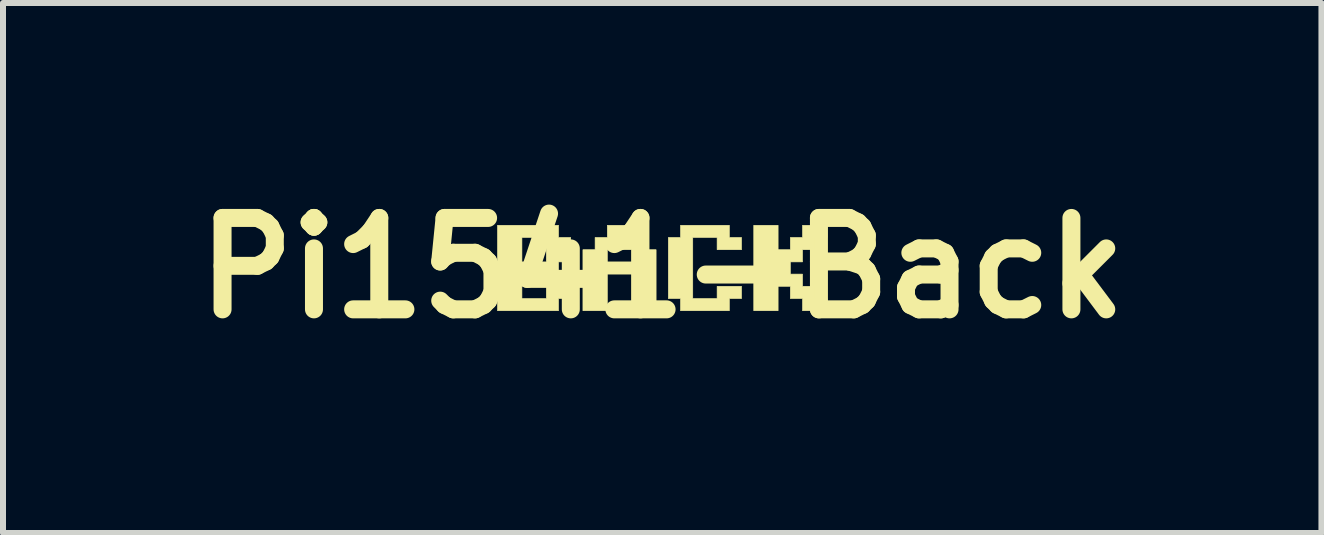
<source format=kicad_pcb>
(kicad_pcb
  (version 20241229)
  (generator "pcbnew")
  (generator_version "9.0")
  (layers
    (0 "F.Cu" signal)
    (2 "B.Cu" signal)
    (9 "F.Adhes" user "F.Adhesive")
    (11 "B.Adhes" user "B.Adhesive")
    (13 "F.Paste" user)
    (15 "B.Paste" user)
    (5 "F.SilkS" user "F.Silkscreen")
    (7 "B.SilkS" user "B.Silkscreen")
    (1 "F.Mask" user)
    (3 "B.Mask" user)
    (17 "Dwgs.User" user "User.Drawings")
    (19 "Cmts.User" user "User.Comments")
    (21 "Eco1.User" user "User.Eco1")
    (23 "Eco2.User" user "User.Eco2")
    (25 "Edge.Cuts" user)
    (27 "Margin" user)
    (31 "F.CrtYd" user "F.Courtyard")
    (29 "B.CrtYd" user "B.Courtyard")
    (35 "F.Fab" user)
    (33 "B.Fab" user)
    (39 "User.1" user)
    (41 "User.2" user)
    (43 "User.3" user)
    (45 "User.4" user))
  (footprint "Pi1541-Back"
    (layer "F.Cu")
    (at 7.99 1.418)
    (property "Reference" "Pi1541-Back" (at 0 0 0) (layer "F.SilkS") (effects (font (size 1.524 1.524) (thickness 0.3))))
    (attr through_hole)
    (fp_poly (pts (xy 1.119 -0.509) (xy 1.322 -0.509) (xy 1.322 -0.305) (xy 0.915 -0.305) (xy 0.915 -0.509) (xy 0.509 -0.509) (xy 0.509 0.509) (xy 0.915 0.509) (xy 0.915 0.305) (xy 1.322 0.305) (xy 1.322 0.509) (xy 1.119 0.509) (xy 1.119 0.712) (xy 0.305 0.712) (xy 0.305 0.509) (xy 0.102 0.509) (xy 0.102 -0.509) (xy 0.305 -0.509) (xy 0.305 -0.712) (xy 1.119 -0.712) (xy 1.119 -0.509)) (stroke (width 0.01) (type solid)) (fill yes) (layer "F.SilkS"))
    (fp_poly (pts (xy -0.509 -0.509) (xy -0.305 -0.509) (xy -0.305 -0.305) (xy -0.102 -0.305) (xy -0.102 0.712) (xy -0.509 0.712) (xy -0.509 0.102) (xy -0.915 0.102) (xy -0.915 0.712) (xy -1.322 0.712) (xy -1.322 -0.305) (xy -1.119 -0.305) (xy -0.915 -0.305) (xy -0.915 -0.102) (xy -0.509 -0.102) (xy -0.509 -0.305) (xy -0.915 -0.305) (xy -1.119 -0.305) (xy -1.119 -0.509) (xy -0.915 -0.509) (xy -0.915 -0.712) (xy -0.509 -0.712) (xy -0.509 -0.509)) (stroke (width 0.01) (type solid)) (fill yes) (layer "F.SilkS"))
    (fp_poly (pts (xy -1.729 -0.509) (xy -1.526 -0.509) (xy -1.526 -0.102) (xy -1.729 -0.102) (xy -1.729 0.102) (xy -1.526 0.102) (xy -1.526 0.509) (xy -1.729 0.509) (xy -1.729 0.712) (xy -2.746 0.712) (xy -2.746 0.102) (xy -2.339 0.102) (xy -2.339 0.509) (xy -1.932 0.509) (xy -1.932 0.102) (xy -2.339 0.102) (xy -2.746 0.102) (xy -2.746 -0.509) (xy -2.339 -0.509) (xy -2.339 -0.102) (xy -1.932 -0.102) (xy -1.932 -0.509) (xy -2.339 -0.509) (xy -2.746 -0.509) (xy -2.746 -0.712) (xy -1.729 -0.712) (xy -1.729 -0.509)) (stroke (width 0.01) (type solid)) (fill yes) (layer "F.SilkS"))
    (fp_poly (pts (xy 1.932 -0.305) (xy 2.136 -0.305) (xy 2.136 -0.509) (xy 2.339 -0.509) (xy 2.339 -0.712) (xy 2.746 -0.712) (xy 2.746 -0.509) (xy 2.543 -0.509) (xy 2.543 -0.305) (xy 2.339 -0.305) (xy 2.339 -0.102) (xy 2.136 -0.102) (xy 2.136 0.102) (xy 2.339 0.102) (xy 2.339 0.305) (xy 2.543 0.305) (xy 2.543 0.509) (xy 2.746 0.509) (xy 2.746 0.712) (xy 2.339 0.712) (xy 2.339 0.509) (xy 2.136 0.509) (xy 2.136 0.305) (xy 1.932 0.305) (xy 1.932 0.712) (xy 1.526 0.712) (xy 1.526 -0.712) (xy 1.932 -0.712) (xy 1.932 -0.305)) (stroke (width 0.01) (type solid)) (fill yes) (layer "F.SilkS")))
  (gr_rect
    (start -3 -3)
    (end 18.98 5.836)
    (stroke (width 0.1) (type default))
    (fill no)
    (layer "Edge.Cuts")))
</source>
